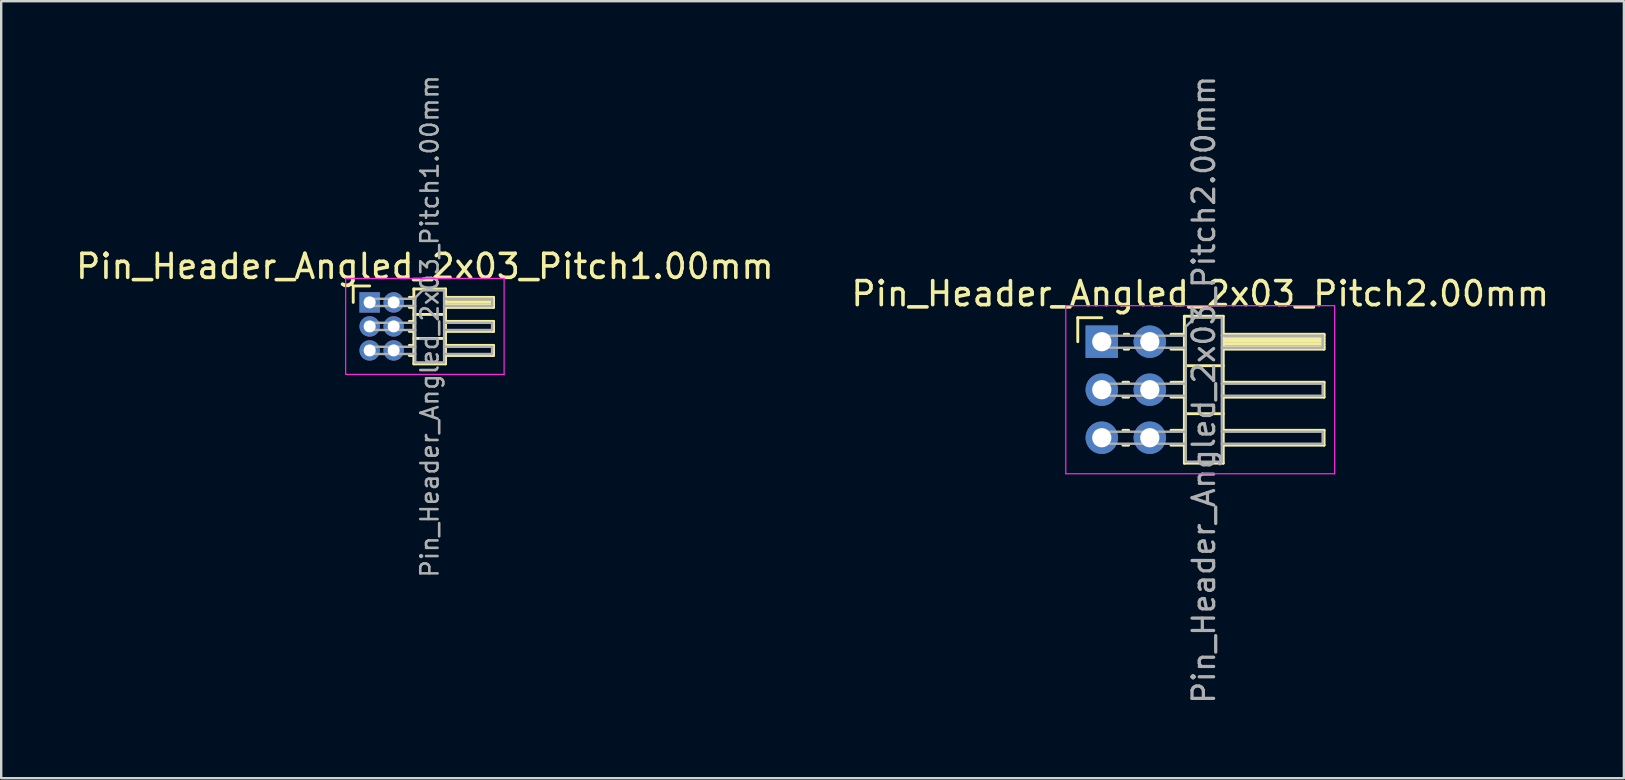
<source format=kicad_pcb>
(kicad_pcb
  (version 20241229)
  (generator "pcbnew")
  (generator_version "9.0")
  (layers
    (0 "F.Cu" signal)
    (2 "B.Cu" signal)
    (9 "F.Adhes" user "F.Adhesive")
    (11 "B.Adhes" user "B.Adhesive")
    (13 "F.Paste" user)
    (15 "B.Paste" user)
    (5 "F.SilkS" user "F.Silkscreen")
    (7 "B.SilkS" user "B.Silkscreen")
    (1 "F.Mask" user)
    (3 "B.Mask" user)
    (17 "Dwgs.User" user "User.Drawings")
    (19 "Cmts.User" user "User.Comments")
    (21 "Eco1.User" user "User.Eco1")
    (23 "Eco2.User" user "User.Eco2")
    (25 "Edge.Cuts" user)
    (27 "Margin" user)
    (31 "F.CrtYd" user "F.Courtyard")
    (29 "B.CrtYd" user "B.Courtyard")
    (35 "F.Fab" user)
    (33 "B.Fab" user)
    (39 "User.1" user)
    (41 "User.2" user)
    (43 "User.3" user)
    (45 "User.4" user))
  (footprint "Pin_Header_Angled_2x03_Pitch2.00mm"
    (layer "F.Cu")
    (at 42.846 11.184)
    (property "Reference" "Pin_Header_Angled_2x03_Pitch2.00mm" (at 4.1 -2 0) (layer "F.SilkS") (effects (font (size 1 1) (thickness 0.15))))
    (attr through_hole)
    (fp_line (start -1 -1) (end 0 -1) (stroke (width 0.12) (type solid)) (layer "F.SilkS"))
    (fp_line (start -1 0) (end -1 -1) (stroke (width 0.12) (type solid)) (layer "F.SilkS"))
    (fp_line (start 0.882 1.69) (end 1.118 1.69) (stroke (width 0.12) (type solid)) (layer "F.SilkS"))
    (fp_line (start 0.882 2.31) (end 1.118 2.31) (stroke (width 0.12) (type solid)) (layer "F.SilkS"))
    (fp_line (start 0.882 3.69) (end 1.118 3.69) (stroke (width 0.12) (type solid)) (layer "F.SilkS"))
    (fp_line (start 0.882 4.31) (end 1.118 4.31) (stroke (width 0.12) (type solid)) (layer "F.SilkS"))
    (fp_line (start 0.935 -0.31) (end 1.118 -0.31) (stroke (width 0.12) (type solid)) (layer "F.SilkS"))
    (fp_line (start 0.935 0.31) (end 1.118 0.31) (stroke (width 0.12) (type solid)) (layer "F.SilkS"))
    (fp_line (start 2.882 -0.31) (end 3.44 -0.31) (stroke (width 0.12) (type solid)) (layer "F.SilkS"))
    (fp_line (start 2.882 0.31) (end 3.44 0.31) (stroke (width 0.12) (type solid)) (layer "F.SilkS"))
    (fp_line (start 2.882 1.69) (end 3.44 1.69) (stroke (width 0.12) (type solid)) (layer "F.SilkS"))
    (fp_line (start 2.882 2.31) (end 3.44 2.31) (stroke (width 0.12) (type solid)) (layer "F.SilkS"))
    (fp_line (start 2.882 3.69) (end 3.44 3.69) (stroke (width 0.12) (type solid)) (layer "F.SilkS"))
    (fp_line (start 2.882 4.31) (end 3.44 4.31) (stroke (width 0.12) (type solid)) (layer "F.SilkS"))
    (fp_line (start 3.44 -1.06) (end 3.44 5.06) (stroke (width 0.12) (type solid)) (layer "F.SilkS"))
    (fp_line (start 3.44 1) (end 5.06 1) (stroke (width 0.12) (type solid)) (layer "F.SilkS"))
    (fp_line (start 3.44 3) (end 5.06 3) (stroke (width 0.12) (type solid)) (layer "F.SilkS"))
    (fp_line (start 3.44 5.06) (end 5.06 5.06) (stroke (width 0.12) (type solid)) (layer "F.SilkS"))
    (fp_line (start 5.06 -1.06) (end 3.44 -1.06) (stroke (width 0.12) (type solid)) (layer "F.SilkS"))
    (fp_line (start 5.06 -0.31) (end 9.26 -0.31) (stroke (width 0.12) (type solid)) (layer "F.SilkS"))
    (fp_line (start 5.06 -0.25) (end 9.26 -0.25) (stroke (width 0.12) (type solid)) (layer "F.SilkS"))
    (fp_line (start 5.06 -0.13) (end 9.26 -0.13) (stroke (width 0.12) (type solid)) (layer "F.SilkS"))
    (fp_line (start 5.06 -0.01) (end 9.26 -0.01) (stroke (width 0.12) (type solid)) (layer "F.SilkS"))
    (fp_line (start 5.06 0.11) (end 9.26 0.11) (stroke (width 0.12) (type solid)) (layer "F.SilkS"))
    (fp_line (start 5.06 0.23) (end 9.26 0.23) (stroke (width 0.12) (type solid)) (layer "F.SilkS"))
    (fp_line (start 5.06 1.69) (end 9.26 1.69) (stroke (width 0.12) (type solid)) (layer "F.SilkS"))
    (fp_line (start 5.06 3.69) (end 9.26 3.69) (stroke (width 0.12) (type solid)) (layer "F.SilkS"))
    (fp_line (start 5.06 5.06) (end 5.06 -1.06) (stroke (width 0.12) (type solid)) (layer "F.SilkS"))
    (fp_line (start 9.26 -0.31) (end 9.26 0.31) (stroke (width 0.12) (type solid)) (layer "F.SilkS"))
    (fp_line (start 9.26 0.31) (end 5.06 0.31) (stroke (width 0.12) (type solid)) (layer "F.SilkS"))
    (fp_line (start 9.26 1.69) (end 9.26 2.31) (stroke (width 0.12) (type solid)) (layer "F.SilkS"))
    (fp_line (start 9.26 2.31) (end 5.06 2.31) (stroke (width 0.12) (type solid)) (layer "F.SilkS"))
    (fp_line (start 9.26 3.69) (end 9.26 4.31) (stroke (width 0.12) (type solid)) (layer "F.SilkS"))
    (fp_line (start 9.26 4.31) (end 5.06 4.31) (stroke (width 0.12) (type solid)) (layer "F.SilkS"))
    (fp_line (start -1.5 -1.5) (end -1.5 5.5) (stroke (width 0.05) (type solid)) (layer "F.CrtYd"))
    (fp_line (start -1.5 5.5) (end 9.7 5.5) (stroke (width 0.05) (type solid)) (layer "F.CrtYd"))
    (fp_line (start 9.7 -1.5) (end -1.5 -1.5) (stroke (width 0.05) (type solid)) (layer "F.CrtYd"))
    (fp_line (start 9.7 5.5) (end 9.7 -1.5) (stroke (width 0.05) (type solid)) (layer "F.CrtYd"))
    (fp_line (start -0.25 -0.25) (end -0.25 0.25) (stroke (width 0.1) (type solid)) (layer "F.Fab"))
    (fp_line (start -0.25 -0.25) (end 3.5 -0.25) (stroke (width 0.1) (type solid)) (layer "F.Fab"))
    (fp_line (start -0.25 0.25) (end 3.5 0.25) (stroke (width 0.1) (type solid)) (layer "F.Fab"))
    (fp_line (start -0.25 1.75) (end -0.25 2.25) (stroke (width 0.1) (type solid)) (layer "F.Fab"))
    (fp_line (start -0.25 1.75) (end 3.5 1.75) (stroke (width 0.1) (type solid)) (layer "F.Fab"))
    (fp_line (start -0.25 2.25) (end 3.5 2.25) (stroke (width 0.1) (type solid)) (layer "F.Fab"))
    (fp_line (start -0.25 3.75) (end -0.25 4.25) (stroke (width 0.1) (type solid)) (layer "F.Fab"))
    (fp_line (start -0.25 3.75) (end 3.5 3.75) (stroke (width 0.1) (type solid)) (layer "F.Fab"))
    (fp_line (start -0.25 4.25) (end 3.5 4.25) (stroke (width 0.1) (type solid)) (layer "F.Fab"))
    (fp_line (start 3.5 -0.625) (end 3.875 -1) (stroke (width 0.1) (type solid)) (layer "F.Fab"))
    (fp_line (start 3.5 5) (end 3.5 -0.625) (stroke (width 0.1) (type solid)) (layer "F.Fab"))
    (fp_line (start 3.875 -1) (end 5 -1) (stroke (width 0.1) (type solid)) (layer "F.Fab"))
    (fp_line (start 5 -1) (end 5 5) (stroke (width 0.1) (type solid)) (layer "F.Fab"))
    (fp_line (start 5 -0.25) (end 9.2 -0.25) (stroke (width 0.1) (type solid)) (layer "F.Fab"))
    (fp_line (start 5 0.25) (end 9.2 0.25) (stroke (width 0.1) (type solid)) (layer "F.Fab"))
    (fp_line (start 5 1.75) (end 9.2 1.75) (stroke (width 0.1) (type solid)) (layer "F.Fab"))
    (fp_line (start 5 2.25) (end 9.2 2.25) (stroke (width 0.1) (type solid)) (layer "F.Fab"))
    (fp_line (start 5 3.75) (end 9.2 3.75) (stroke (width 0.1) (type solid)) (layer "F.Fab"))
    (fp_line (start 5 4.25) (end 9.2 4.25) (stroke (width 0.1) (type solid)) (layer "F.Fab"))
    (fp_line (start 5 5) (end 3.5 5) (stroke (width 0.1) (type solid)) (layer "F.Fab"))
    (fp_line (start 9.2 -0.25) (end 9.2 0.25) (stroke (width 0.1) (type solid)) (layer "F.Fab"))
    (fp_line (start 9.2 1.75) (end 9.2 2.25) (stroke (width 0.1) (type solid)) (layer "F.Fab"))
    (fp_line (start 9.2 3.75) (end 9.2 4.25) (stroke (width 0.1) (type solid)) (layer "F.Fab"))
    (fp_text user "${REFERENCE}" (at 4.25 2 90) (layer "F.Fab") (effects (font (size 0.9 0.9) (thickness 0.135))))
    (pad "1" thru_hole rect (at 0 0) (size 1.35 1.35) (drill 0.8) (layers "*.Cu" "*.Mask"))
    (pad "2" thru_hole oval (at 2 0) (size 1.35 1.35) (drill 0.8) (layers "*.Cu" "*.Mask"))
    (pad "3" thru_hole oval (at 0 2) (size 1.35 1.35) (drill 0.8) (layers "*.Cu" "*.Mask"))
    (pad "4" thru_hole oval (at 2 2) (size 1.35 1.35) (drill 0.8) (layers "*.Cu" "*.Mask"))
    (pad "5" thru_hole oval (at 0 4) (size 1.35 1.35) (drill 0.8) (layers "*.Cu" "*.Mask"))
    (pad "6" thru_hole oval (at 2 4) (size 1.35 1.35) (drill 0.8) (layers "*.Cu" "*.Mask")))
  (footprint "Pin_Header_Angled_2x03_Pitch1.00mm"
    (layer "F.Cu")
    (at 12.349 9.547)
    (property "Reference" "Pin_Header_Angled_2x03_Pitch1.00mm" (at 2.3 -1.5 0) (layer "F.SilkS") (effects (font (size 1 1) (thickness 0.15))))
    (attr through_hole)
    (fp_line (start -0.685 -0.685) (end 0 -0.685) (stroke (width 0.12) (type solid)) (layer "F.SilkS"))
    (fp_line (start -0.685 0) (end -0.685 -0.685) (stroke (width 0.12) (type solid)) (layer "F.SilkS"))
    (fp_line (start 1.652 -0.21) (end 1.84 -0.21) (stroke (width 0.12) (type solid)) (layer "F.SilkS"))
    (fp_line (start 1.652 0.21) (end 1.84 0.21) (stroke (width 0.12) (type solid)) (layer "F.SilkS"))
    (fp_line (start 1.652 0.79) (end 1.84 0.79) (stroke (width 0.12) (type solid)) (layer "F.SilkS"))
    (fp_line (start 1.652 1.21) (end 1.84 1.21) (stroke (width 0.12) (type solid)) (layer "F.SilkS"))
    (fp_line (start 1.652 1.79) (end 1.84 1.79) (stroke (width 0.12) (type solid)) (layer "F.SilkS"))
    (fp_line (start 1.652 2.21) (end 1.84 2.21) (stroke (width 0.12) (type solid)) (layer "F.SilkS"))
    (fp_line (start 1.84 -0.56) (end 1.84 2.56) (stroke (width 0.12) (type solid)) (layer "F.SilkS"))
    (fp_line (start 1.84 0.5) (end 3.16 0.5) (stroke (width 0.12) (type solid)) (layer "F.SilkS"))
    (fp_line (start 1.84 1.5) (end 3.16 1.5) (stroke (width 0.12) (type solid)) (layer "F.SilkS"))
    (fp_line (start 1.84 2.56) (end 3.16 2.56) (stroke (width 0.12) (type solid)) (layer "F.SilkS"))
    (fp_line (start 3.16 -0.56) (end 1.84 -0.56) (stroke (width 0.12) (type solid)) (layer "F.SilkS"))
    (fp_line (start 3.16 -0.21) (end 5.16 -0.21) (stroke (width 0.12) (type solid)) (layer "F.SilkS"))
    (fp_line (start 3.16 -0.15) (end 5.16 -0.15) (stroke (width 0.12) (type solid)) (layer "F.SilkS"))
    (fp_line (start 3.16 -0.03) (end 5.16 -0.03) (stroke (width 0.12) (type solid)) (layer "F.SilkS"))
    (fp_line (start 3.16 0.09) (end 5.16 0.09) (stroke (width 0.12) (type solid)) (layer "F.SilkS"))
    (fp_line (start 3.16 0.79) (end 5.16 0.79) (stroke (width 0.12) (type solid)) (layer "F.SilkS"))
    (fp_line (start 3.16 1.79) (end 5.16 1.79) (stroke (width 0.12) (type solid)) (layer "F.SilkS"))
    (fp_line (start 3.16 2.56) (end 3.16 -0.56) (stroke (width 0.12) (type solid)) (layer "F.SilkS"))
    (fp_line (start 5.16 -0.21) (end 5.16 0.21) (stroke (width 0.12) (type solid)) (layer "F.SilkS"))
    (fp_line (start 5.16 0.21) (end 3.16 0.21) (stroke (width 0.12) (type solid)) (layer "F.SilkS"))
    (fp_line (start 5.16 0.79) (end 5.16 1.21) (stroke (width 0.12) (type solid)) (layer "F.SilkS"))
    (fp_line (start 5.16 1.21) (end 3.16 1.21) (stroke (width 0.12) (type solid)) (layer "F.SilkS"))
    (fp_line (start 5.16 1.79) (end 5.16 2.21) (stroke (width 0.12) (type solid)) (layer "F.SilkS"))
    (fp_line (start 5.16 2.21) (end 3.16 2.21) (stroke (width 0.12) (type solid)) (layer "F.SilkS"))
    (fp_line (start -1 -1) (end -1 3) (stroke (width 0.05) (type solid)) (layer "F.CrtYd"))
    (fp_line (start -1 3) (end 5.6 3) (stroke (width 0.05) (type solid)) (layer "F.CrtYd"))
    (fp_line (start 5.6 -1) (end -1 -1) (stroke (width 0.05) (type solid)) (layer "F.CrtYd"))
    (fp_line (start 5.6 3) (end 5.6 -1) (stroke (width 0.05) (type solid)) (layer "F.CrtYd"))
    (fp_line (start -0.15 -0.15) (end -0.15 0.15) (stroke (width 0.1) (type solid)) (layer "F.Fab"))
    (fp_line (start -0.15 -0.15) (end 1.9 -0.15) (stroke (width 0.1) (type solid)) (layer "F.Fab"))
    (fp_line (start -0.15 0.15) (end 1.9 0.15) (stroke (width 0.1) (type solid)) (layer "F.Fab"))
    (fp_line (start -0.15 0.85) (end -0.15 1.15) (stroke (width 0.1) (type solid)) (layer "F.Fab"))
    (fp_line (start -0.15 0.85) (end 1.9 0.85) (stroke (width 0.1) (type solid)) (layer "F.Fab"))
    (fp_line (start -0.15 1.15) (end 1.9 1.15) (stroke (width 0.1) (type solid)) (layer "F.Fab"))
    (fp_line (start -0.15 1.85) (end -0.15 2.15) (stroke (width 0.1) (type solid)) (layer "F.Fab"))
    (fp_line (start -0.15 1.85) (end 1.9 1.85) (stroke (width 0.1) (type solid)) (layer "F.Fab"))
    (fp_line (start -0.15 2.15) (end 1.9 2.15) (stroke (width 0.1) (type solid)) (layer "F.Fab"))
    (fp_line (start 1.9 -0.2) (end 2.2 -0.5) (stroke (width 0.1) (type solid)) (layer "F.Fab"))
    (fp_line (start 1.9 2.5) (end 1.9 -0.2) (stroke (width 0.1) (type solid)) (layer "F.Fab"))
    (fp_line (start 2.2 -0.5) (end 3.1 -0.5) (stroke (width 0.1) (type solid)) (layer "F.Fab"))
    (fp_line (start 3.1 -0.5) (end 3.1 2.5) (stroke (width 0.1) (type solid)) (layer "F.Fab"))
    (fp_line (start 3.1 -0.15) (end 5.1 -0.15) (stroke (width 0.1) (type solid)) (layer "F.Fab"))
    (fp_line (start 3.1 0.15) (end 5.1 0.15) (stroke (width 0.1) (type solid)) (layer "F.Fab"))
    (fp_line (start 3.1 0.85) (end 5.1 0.85) (stroke (width 0.1) (type solid)) (layer "F.Fab"))
    (fp_line (start 3.1 1.15) (end 5.1 1.15) (stroke (width 0.1) (type solid)) (layer "F.Fab"))
    (fp_line (start 3.1 1.85) (end 5.1 1.85) (stroke (width 0.1) (type solid)) (layer "F.Fab"))
    (fp_line (start 3.1 2.15) (end 5.1 2.15) (stroke (width 0.1) (type solid)) (layer "F.Fab"))
    (fp_line (start 3.1 2.5) (end 1.9 2.5) (stroke (width 0.1) (type solid)) (layer "F.Fab"))
    (fp_line (start 5.1 -0.15) (end 5.1 0.15) (stroke (width 0.1) (type solid)) (layer "F.Fab"))
    (fp_line (start 5.1 0.85) (end 5.1 1.15) (stroke (width 0.1) (type solid)) (layer "F.Fab"))
    (fp_line (start 5.1 1.85) (end 5.1 2.15) (stroke (width 0.1) (type solid)) (layer "F.Fab"))
    (fp_text user "${REFERENCE}" (at 2.5 1 90) (layer "F.Fab") (effects (font (size 0.72 0.72) (thickness 0.108))))
    (pad "1" thru_hole rect (at 0 0) (size 0.85 0.85) (drill 0.5) (layers "*.Cu" "*.Mask"))
    (pad "2" thru_hole oval (at 1 0) (size 0.85 0.85) (drill 0.5) (layers "*.Cu" "*.Mask"))
    (pad "3" thru_hole oval (at 0 1) (size 0.85 0.85) (drill 0.5) (layers "*.Cu" "*.Mask"))
    (pad "4" thru_hole oval (at 1 1) (size 0.85 0.85) (drill 0.5) (layers "*.Cu" "*.Mask"))
    (pad "5" thru_hole oval (at 0 2) (size 0.85 0.85) (drill 0.5) (layers "*.Cu" "*.Mask"))
    (pad "6" thru_hole oval (at 1 2) (size 0.85 0.85) (drill 0.5) (layers "*.Cu" "*.Mask")))
  (gr_rect
    (start -3 -3)
    (end 64.595 29.368)
    (stroke (width 0.1) (type default))
    (fill no)
    (layer "Edge.Cuts")))
</source>
